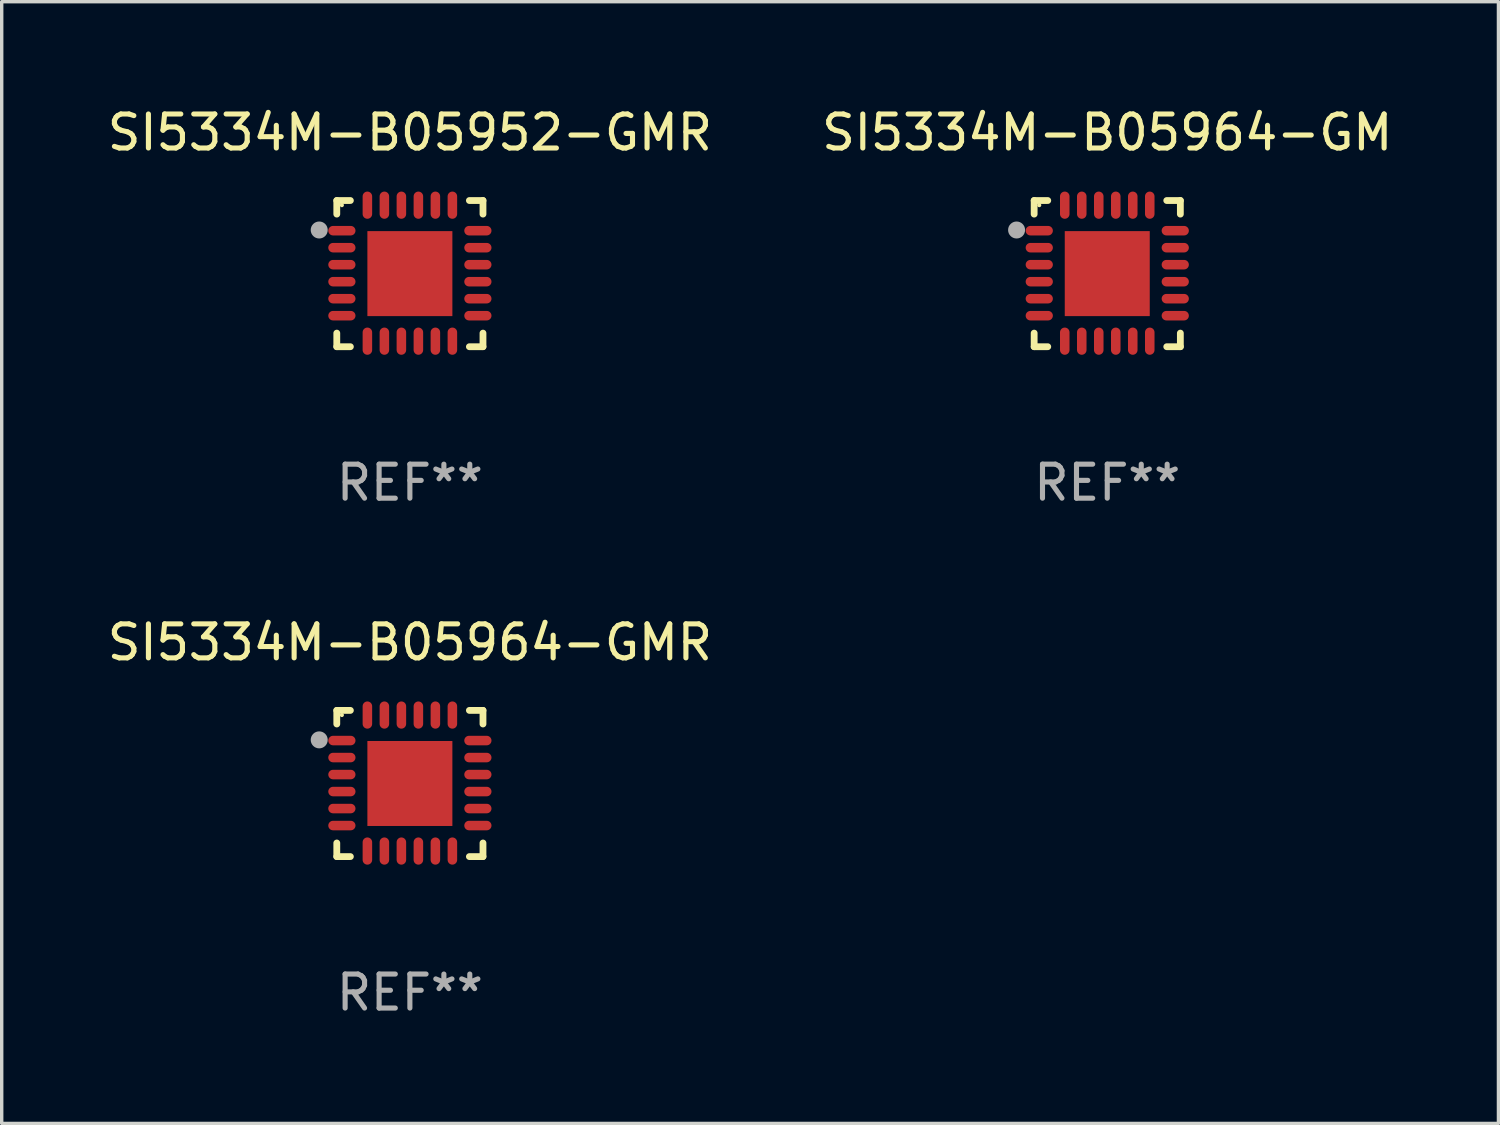
<source format=kicad_pcb>
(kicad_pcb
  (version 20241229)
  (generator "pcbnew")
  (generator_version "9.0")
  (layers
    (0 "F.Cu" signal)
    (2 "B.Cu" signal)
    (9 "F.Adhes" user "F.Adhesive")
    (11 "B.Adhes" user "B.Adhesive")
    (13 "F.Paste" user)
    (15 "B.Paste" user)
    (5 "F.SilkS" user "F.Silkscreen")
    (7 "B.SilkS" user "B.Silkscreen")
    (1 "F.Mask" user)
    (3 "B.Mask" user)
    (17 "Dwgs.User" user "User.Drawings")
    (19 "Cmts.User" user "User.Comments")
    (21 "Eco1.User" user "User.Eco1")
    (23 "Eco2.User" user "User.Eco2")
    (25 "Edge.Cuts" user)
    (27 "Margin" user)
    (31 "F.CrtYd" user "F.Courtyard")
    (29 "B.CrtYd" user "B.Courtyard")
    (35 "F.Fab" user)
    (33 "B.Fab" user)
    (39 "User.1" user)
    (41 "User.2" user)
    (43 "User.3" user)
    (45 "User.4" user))
  (footprint "SI5334M-B05964-GM"
    (layer "F.Cu")
    (at 29.518 4.998)
    (property "Reference" "SI5334M-B05964-GM" (at 0 -4.15 0) (layer "F.SilkS") (effects (font (size 1 1) (thickness 0.15))))
    (attr through_hole)
    (fp_line (start -2.15 -2.15) (end -1.75 -2.15) (stroke (width 0.2) (type solid)) (layer "F.SilkS"))
    (fp_line (start -2.15 -1.75) (end -2.15 -2.15) (stroke (width 0.2) (type solid)) (layer "F.SilkS"))
    (fp_line (start -2.15 2.15) (end -2.15 1.75) (stroke (width 0.2) (type solid)) (layer "F.SilkS"))
    (fp_line (start -1.75 2.15) (end -2.15 2.15) (stroke (width 0.2) (type solid)) (layer "F.SilkS"))
    (fp_line (start 1.75 -2.15) (end 2.15 -2.15) (stroke (width 0.2) (type solid)) (layer "F.SilkS"))
    (fp_line (start 1.75 2.15) (end 2.15 2.15) (stroke (width 0.2) (type solid)) (layer "F.SilkS"))
    (fp_line (start 2.15 -2.15) (end 2.15 -1.75) (stroke (width 0.2) (type solid)) (layer "F.SilkS"))
    (fp_line (start 2.15 2.15) (end 2.15 1.75) (stroke (width 0.2) (type solid)) (layer "F.SilkS"))
    (fp_circle (center -2 -2.013) (end -1.97 -2.013) (stroke (width 0.06) (type solid)) (fill no) (layer "F.SilkS"))
    (fp_circle (center -2.667 -1.283) (end -2.542 -1.283) (stroke (width 0.25) (type solid)) (fill no) (layer "F.Fab"))
    (fp_text user "REF**" (at 0 6.15 0) (layer "F.Fab") (effects (font (size 1 1) (thickness 0.15))))
    (pad "1" smd oval (at -2 -1.263) (size 0.8 0.28) (layers "F.Cu" "F.Mask" "F.Paste"))
    (pad "2" smd oval (at -2 -0.763) (size 0.8 0.28) (layers "F.Cu" "F.Mask" "F.Paste"))
    (pad "3" smd oval (at -2 -0.263) (size 0.8 0.28) (layers "F.Cu" "F.Mask" "F.Paste"))
    (pad "4" smd oval (at -2 0.237) (size 0.8 0.28) (layers "F.Cu" "F.Mask" "F.Paste"))
    (pad "5" smd oval (at -2 0.737) (size 0.8 0.28) (layers "F.Cu" "F.Mask" "F.Paste"))
    (pad "6" smd oval (at -2 1.237) (size 0.8 0.28) (layers "F.Cu" "F.Mask" "F.Paste"))
    (pad "7" smd oval (at -1.25 1.987) (size 0.28 0.8) (layers "F.Cu" "F.Mask" "F.Paste"))
    (pad "8" smd oval (at -0.75 1.987) (size 0.28 0.8) (layers "F.Cu" "F.Mask" "F.Paste"))
    (pad "9" smd oval (at -0.25 1.987) (size 0.28 0.8) (layers "F.Cu" "F.Mask" "F.Paste"))
    (pad "10" smd oval (at 0.25 1.987) (size 0.28 0.8) (layers "F.Cu" "F.Mask" "F.Paste"))
    (pad "11" smd oval (at 0.75 1.987) (size 0.28 0.8) (layers "F.Cu" "F.Mask" "F.Paste"))
    (pad "12" smd oval (at 1.25 1.987) (size 0.28 0.8) (layers "F.Cu" "F.Mask" "F.Paste"))
    (pad "13" smd oval (at 2 1.237) (size 0.8 0.28) (layers "F.Cu" "F.Mask" "F.Paste"))
    (pad "14" smd oval (at 2 0.737) (size 0.8 0.28) (layers "F.Cu" "F.Mask" "F.Paste"))
    (pad "15" smd oval (at 2 0.237) (size 0.8 0.28) (layers "F.Cu" "F.Mask" "F.Paste"))
    (pad "16" smd oval (at 2 -0.263) (size 0.8 0.28) (layers "F.Cu" "F.Mask" "F.Paste"))
    (pad "17" smd oval (at 2 -0.763) (size 0.8 0.28) (layers "F.Cu" "F.Mask" "F.Paste"))
    (pad "18" smd oval (at 2 -1.263) (size 0.8 0.28) (layers "F.Cu" "F.Mask" "F.Paste"))
    (pad "19" smd oval (at 1.25 -2.013) (size 0.28 0.8) (layers "F.Cu" "F.Mask" "F.Paste"))
    (pad "20" smd oval (at 0.75 -2.013) (size 0.28 0.8) (layers "F.Cu" "F.Mask" "F.Paste"))
    (pad "21" smd oval (at 0.25 -2.013) (size 0.28 0.8) (layers "F.Cu" "F.Mask" "F.Paste"))
    (pad "22" smd oval (at -0.25 -2.013) (size 0.28 0.8) (layers "F.Cu" "F.Mask" "F.Paste"))
    (pad "23" smd oval (at -0.75 -2.013) (size 0.28 0.8) (layers "F.Cu" "F.Mask" "F.Paste"))
    (pad "24" smd oval (at -1.25 -2.013) (size 0.28 0.8) (layers "F.Cu" "F.Mask" "F.Paste"))
    (pad "25" smd rect (at -0.000127 -0.00014) (size 2.5 2.5) (layers "F.Cu" "F.Mask" "F.Paste")))
  (footprint "SI5334M-B05952-GMR"
    (layer "F.Cu")
    (at 9.006 4.998)
    (property "Reference" "SI5334M-B05952-GMR" (at 0 -4.15 0) (layer "F.SilkS") (effects (font (size 1 1) (thickness 0.15))))
    (attr through_hole)
    (fp_line (start -2.15 -2.15) (end -1.75 -2.15) (stroke (width 0.2) (type solid)) (layer "F.SilkS"))
    (fp_line (start -2.15 -1.75) (end -2.15 -2.15) (stroke (width 0.2) (type solid)) (layer "F.SilkS"))
    (fp_line (start -2.15 2.15) (end -2.15 1.75) (stroke (width 0.2) (type solid)) (layer "F.SilkS"))
    (fp_line (start -1.75 2.15) (end -2.15 2.15) (stroke (width 0.2) (type solid)) (layer "F.SilkS"))
    (fp_line (start 1.75 -2.15) (end 2.15 -2.15) (stroke (width 0.2) (type solid)) (layer "F.SilkS"))
    (fp_line (start 1.75 2.15) (end 2.15 2.15) (stroke (width 0.2) (type solid)) (layer "F.SilkS"))
    (fp_line (start 2.15 -2.15) (end 2.15 -1.75) (stroke (width 0.2) (type solid)) (layer "F.SilkS"))
    (fp_line (start 2.15 2.15) (end 2.15 1.75) (stroke (width 0.2) (type solid)) (layer "F.SilkS"))
    (fp_circle (center -2 -2.013) (end -1.97 -2.013) (stroke (width 0.06) (type solid)) (fill no) (layer "F.SilkS"))
    (fp_circle (center -2.667 -1.283) (end -2.542 -1.283) (stroke (width 0.25) (type solid)) (fill no) (layer "F.Fab"))
    (fp_text user "REF**" (at 0 6.15 0) (layer "F.Fab") (effects (font (size 1 1) (thickness 0.15))))
    (pad "1" smd oval (at -2 -1.263) (size 0.8 0.28) (layers "F.Cu" "F.Mask" "F.Paste"))
    (pad "2" smd oval (at -2 -0.763) (size 0.8 0.28) (layers "F.Cu" "F.Mask" "F.Paste"))
    (pad "3" smd oval (at -2 -0.263) (size 0.8 0.28) (layers "F.Cu" "F.Mask" "F.Paste"))
    (pad "4" smd oval (at -2 0.237) (size 0.8 0.28) (layers "F.Cu" "F.Mask" "F.Paste"))
    (pad "5" smd oval (at -2 0.737) (size 0.8 0.28) (layers "F.Cu" "F.Mask" "F.Paste"))
    (pad "6" smd oval (at -2 1.237) (size 0.8 0.28) (layers "F.Cu" "F.Mask" "F.Paste"))
    (pad "7" smd oval (at -1.25 1.987) (size 0.28 0.8) (layers "F.Cu" "F.Mask" "F.Paste"))
    (pad "8" smd oval (at -0.75 1.987) (size 0.28 0.8) (layers "F.Cu" "F.Mask" "F.Paste"))
    (pad "9" smd oval (at -0.25 1.987) (size 0.28 0.8) (layers "F.Cu" "F.Mask" "F.Paste"))
    (pad "10" smd oval (at 0.25 1.987) (size 0.28 0.8) (layers "F.Cu" "F.Mask" "F.Paste"))
    (pad "11" smd oval (at 0.75 1.987) (size 0.28 0.8) (layers "F.Cu" "F.Mask" "F.Paste"))
    (pad "12" smd oval (at 1.25 1.987) (size 0.28 0.8) (layers "F.Cu" "F.Mask" "F.Paste"))
    (pad "13" smd oval (at 2 1.237) (size 0.8 0.28) (layers "F.Cu" "F.Mask" "F.Paste"))
    (pad "14" smd oval (at 2 0.737) (size 0.8 0.28) (layers "F.Cu" "F.Mask" "F.Paste"))
    (pad "15" smd oval (at 2 0.237) (size 0.8 0.28) (layers "F.Cu" "F.Mask" "F.Paste"))
    (pad "16" smd oval (at 2 -0.263) (size 0.8 0.28) (layers "F.Cu" "F.Mask" "F.Paste"))
    (pad "17" smd oval (at 2 -0.763) (size 0.8 0.28) (layers "F.Cu" "F.Mask" "F.Paste"))
    (pad "18" smd oval (at 2 -1.263) (size 0.8 0.28) (layers "F.Cu" "F.Mask" "F.Paste"))
    (pad "19" smd oval (at 1.25 -2.013) (size 0.28 0.8) (layers "F.Cu" "F.Mask" "F.Paste"))
    (pad "20" smd oval (at 0.75 -2.013) (size 0.28 0.8) (layers "F.Cu" "F.Mask" "F.Paste"))
    (pad "21" smd oval (at 0.25 -2.013) (size 0.28 0.8) (layers "F.Cu" "F.Mask" "F.Paste"))
    (pad "22" smd oval (at -0.25 -2.013) (size 0.28 0.8) (layers "F.Cu" "F.Mask" "F.Paste"))
    (pad "23" smd oval (at -0.75 -2.013) (size 0.28 0.8) (layers "F.Cu" "F.Mask" "F.Paste"))
    (pad "24" smd oval (at -1.25 -2.013) (size 0.28 0.8) (layers "F.Cu" "F.Mask" "F.Paste"))
    (pad "25" smd rect (at -0.000127 -0.00014) (size 2.5 2.5) (layers "F.Cu" "F.Mask" "F.Paste")))
  (footprint "SI5334M-B05964-GMR"
    (layer "F.Cu")
    (at 9.006 19.995)
    (property "Reference" "SI5334M-B05964-GMR" (at 0 -4.15 0) (layer "F.SilkS") (effects (font (size 1 1) (thickness 0.15))))
    (attr through_hole)
    (fp_line (start -2.15 -2.15) (end -1.75 -2.15) (stroke (width 0.2) (type solid)) (layer "F.SilkS"))
    (fp_line (start -2.15 -1.75) (end -2.15 -2.15) (stroke (width 0.2) (type solid)) (layer "F.SilkS"))
    (fp_line (start -2.15 2.15) (end -2.15 1.75) (stroke (width 0.2) (type solid)) (layer "F.SilkS"))
    (fp_line (start -1.75 2.15) (end -2.15 2.15) (stroke (width 0.2) (type solid)) (layer "F.SilkS"))
    (fp_line (start 1.75 -2.15) (end 2.15 -2.15) (stroke (width 0.2) (type solid)) (layer "F.SilkS"))
    (fp_line (start 1.75 2.15) (end 2.15 2.15) (stroke (width 0.2) (type solid)) (layer "F.SilkS"))
    (fp_line (start 2.15 -2.15) (end 2.15 -1.75) (stroke (width 0.2) (type solid)) (layer "F.SilkS"))
    (fp_line (start 2.15 2.15) (end 2.15 1.75) (stroke (width 0.2) (type solid)) (layer "F.SilkS"))
    (fp_circle (center -2 -2.013) (end -1.97 -2.013) (stroke (width 0.06) (type solid)) (fill no) (layer "F.SilkS"))
    (fp_circle (center -2.667 -1.283) (end -2.542 -1.283) (stroke (width 0.25) (type solid)) (fill no) (layer "F.Fab"))
    (fp_text user "REF**" (at 0 6.15 0) (layer "F.Fab") (effects (font (size 1 1) (thickness 0.15))))
    (pad "1" smd oval (at -2 -1.263) (size 0.8 0.28) (layers "F.Cu" "F.Mask" "F.Paste"))
    (pad "2" smd oval (at -2 -0.763) (size 0.8 0.28) (layers "F.Cu" "F.Mask" "F.Paste"))
    (pad "3" smd oval (at -2 -0.263) (size 0.8 0.28) (layers "F.Cu" "F.Mask" "F.Paste"))
    (pad "4" smd oval (at -2 0.237) (size 0.8 0.28) (layers "F.Cu" "F.Mask" "F.Paste"))
    (pad "5" smd oval (at -2 0.737) (size 0.8 0.28) (layers "F.Cu" "F.Mask" "F.Paste"))
    (pad "6" smd oval (at -2 1.237) (size 0.8 0.28) (layers "F.Cu" "F.Mask" "F.Paste"))
    (pad "7" smd oval (at -1.25 1.987) (size 0.28 0.8) (layers "F.Cu" "F.Mask" "F.Paste"))
    (pad "8" smd oval (at -0.75 1.987) (size 0.28 0.8) (layers "F.Cu" "F.Mask" "F.Paste"))
    (pad "9" smd oval (at -0.25 1.987) (size 0.28 0.8) (layers "F.Cu" "F.Mask" "F.Paste"))
    (pad "10" smd oval (at 0.25 1.987) (size 0.28 0.8) (layers "F.Cu" "F.Mask" "F.Paste"))
    (pad "11" smd oval (at 0.75 1.987) (size 0.28 0.8) (layers "F.Cu" "F.Mask" "F.Paste"))
    (pad "12" smd oval (at 1.25 1.987) (size 0.28 0.8) (layers "F.Cu" "F.Mask" "F.Paste"))
    (pad "13" smd oval (at 2 1.237) (size 0.8 0.28) (layers "F.Cu" "F.Mask" "F.Paste"))
    (pad "14" smd oval (at 2 0.737) (size 0.8 0.28) (layers "F.Cu" "F.Mask" "F.Paste"))
    (pad "15" smd oval (at 2 0.237) (size 0.8 0.28) (layers "F.Cu" "F.Mask" "F.Paste"))
    (pad "16" smd oval (at 2 -0.263) (size 0.8 0.28) (layers "F.Cu" "F.Mask" "F.Paste"))
    (pad "17" smd oval (at 2 -0.763) (size 0.8 0.28) (layers "F.Cu" "F.Mask" "F.Paste"))
    (pad "18" smd oval (at 2 -1.263) (size 0.8 0.28) (layers "F.Cu" "F.Mask" "F.Paste"))
    (pad "19" smd oval (at 1.25 -2.013) (size 0.28 0.8) (layers "F.Cu" "F.Mask" "F.Paste"))
    (pad "20" smd oval (at 0.75 -2.013) (size 0.28 0.8) (layers "F.Cu" "F.Mask" "F.Paste"))
    (pad "21" smd oval (at 0.25 -2.013) (size 0.28 0.8) (layers "F.Cu" "F.Mask" "F.Paste"))
    (pad "22" smd oval (at -0.25 -2.013) (size 0.28 0.8) (layers "F.Cu" "F.Mask" "F.Paste"))
    (pad "23" smd oval (at -0.75 -2.013) (size 0.28 0.8) (layers "F.Cu" "F.Mask" "F.Paste"))
    (pad "24" smd oval (at -1.25 -2.013) (size 0.28 0.8) (layers "F.Cu" "F.Mask" "F.Paste"))
    (pad "25" smd rect (at -0.000127 -0.00014) (size 2.5 2.5) (layers "F.Cu" "F.Mask" "F.Paste")))
  (gr_rect
    (start -3 -3)
    (end 41.024 29.993)
    (stroke (width 0.1) (type default))
    (fill no)
    (layer "Edge.Cuts")))
</source>
